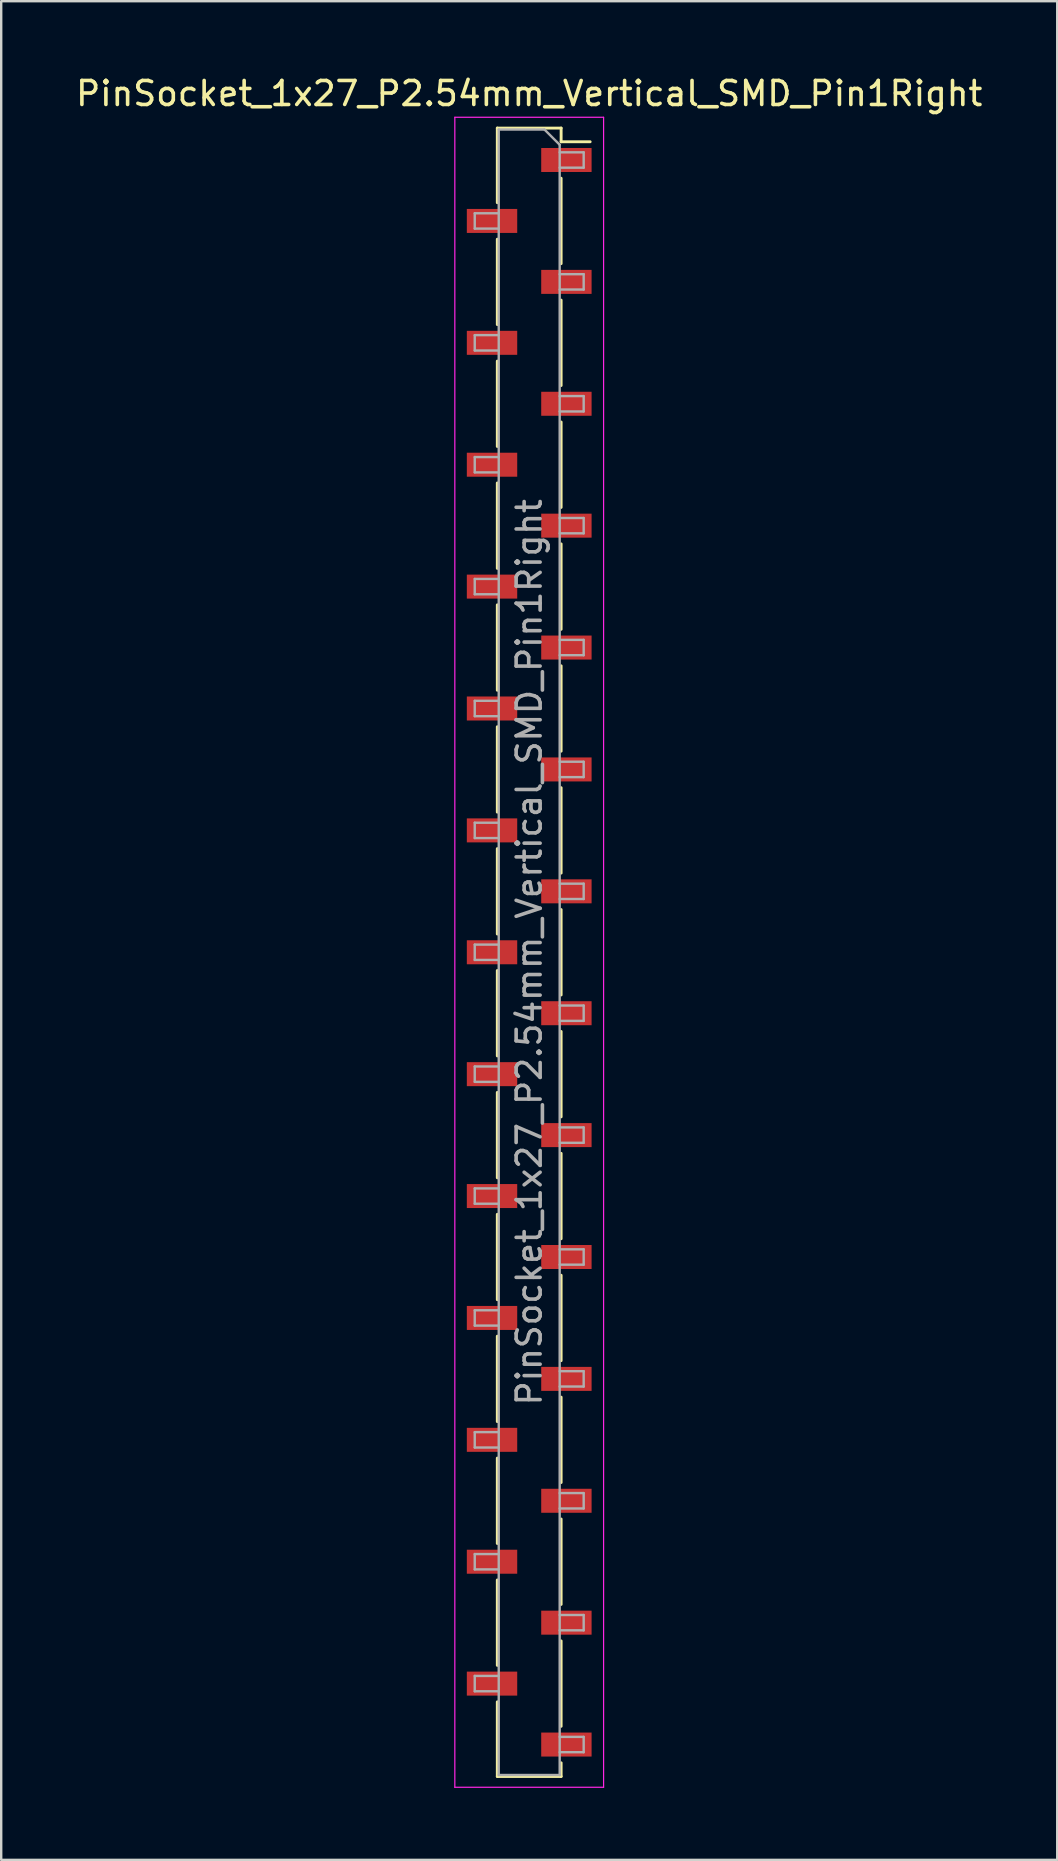
<source format=kicad_pcb>
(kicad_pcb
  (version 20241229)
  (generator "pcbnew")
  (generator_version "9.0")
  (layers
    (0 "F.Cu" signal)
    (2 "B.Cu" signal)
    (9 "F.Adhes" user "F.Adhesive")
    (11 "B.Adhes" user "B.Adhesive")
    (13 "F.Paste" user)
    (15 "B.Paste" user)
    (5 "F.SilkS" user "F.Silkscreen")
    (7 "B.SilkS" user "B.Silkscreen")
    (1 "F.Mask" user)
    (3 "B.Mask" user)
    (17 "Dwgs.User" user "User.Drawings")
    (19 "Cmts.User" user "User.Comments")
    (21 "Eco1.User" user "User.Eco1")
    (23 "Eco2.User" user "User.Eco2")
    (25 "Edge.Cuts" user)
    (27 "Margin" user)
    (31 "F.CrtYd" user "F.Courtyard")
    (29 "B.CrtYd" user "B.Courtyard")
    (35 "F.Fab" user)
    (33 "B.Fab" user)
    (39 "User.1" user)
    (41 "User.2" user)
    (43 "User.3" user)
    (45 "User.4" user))
  (footprint "PinSocket_1x27_P2.54mm_Vertical_SMD_Pin1Right"
    (layer "F.Cu")
    (at 19.006 36.638)
    (property "Reference" "PinSocket_1x27_P2.54mm_Vertical_SMD_Pin1Right" (at 0 -35.79 0) (layer "F.SilkS") (effects (font (size 1 1) (thickness 0.15))))
    (attr smd)
    (fp_line (start -1.33 -34.35) (end -1.33 -31.24) (stroke (width 0.12) (type solid)) (layer "F.SilkS"))
    (fp_line (start -1.33 -34.35) (end 1.33 -34.35) (stroke (width 0.12) (type solid)) (layer "F.SilkS"))
    (fp_line (start -1.33 -29.72) (end -1.33 -26.16) (stroke (width 0.12) (type solid)) (layer "F.SilkS"))
    (fp_line (start -1.33 -24.64) (end -1.33 -21.08) (stroke (width 0.12) (type solid)) (layer "F.SilkS"))
    (fp_line (start -1.33 -19.56) (end -1.33 -16) (stroke (width 0.12) (type solid)) (layer "F.SilkS"))
    (fp_line (start -1.33 -14.48) (end -1.33 -10.92) (stroke (width 0.12) (type solid)) (layer "F.SilkS"))
    (fp_line (start -1.33 -9.4) (end -1.33 -5.84) (stroke (width 0.12) (type solid)) (layer "F.SilkS"))
    (fp_line (start -1.33 -4.32) (end -1.33 -0.76) (stroke (width 0.12) (type solid)) (layer "F.SilkS"))
    (fp_line (start -1.33 0.76) (end -1.33 4.32) (stroke (width 0.12) (type solid)) (layer "F.SilkS"))
    (fp_line (start -1.33 5.84) (end -1.33 9.4) (stroke (width 0.12) (type solid)) (layer "F.SilkS"))
    (fp_line (start -1.33 10.92) (end -1.33 14.48) (stroke (width 0.12) (type solid)) (layer "F.SilkS"))
    (fp_line (start -1.33 16) (end -1.33 19.56) (stroke (width 0.12) (type solid)) (layer "F.SilkS"))
    (fp_line (start -1.33 21.08) (end -1.33 24.64) (stroke (width 0.12) (type solid)) (layer "F.SilkS"))
    (fp_line (start -1.33 26.16) (end -1.33 29.72) (stroke (width 0.12) (type solid)) (layer "F.SilkS"))
    (fp_line (start -1.33 31.24) (end -1.33 34.35) (stroke (width 0.12) (type solid)) (layer "F.SilkS"))
    (fp_line (start -1.33 34.35) (end 1.33 34.35) (stroke (width 0.12) (type solid)) (layer "F.SilkS"))
    (fp_line (start 1.33 -34.35) (end 1.33 -33.78) (stroke (width 0.12) (type solid)) (layer "F.SilkS"))
    (fp_line (start 1.33 -33.78) (end 2.54 -33.78) (stroke (width 0.12) (type solid)) (layer "F.SilkS"))
    (fp_line (start 1.33 -32.26) (end 1.33 -28.7) (stroke (width 0.12) (type solid)) (layer "F.SilkS"))
    (fp_line (start 1.33 -27.18) (end 1.33 -23.62) (stroke (width 0.12) (type solid)) (layer "F.SilkS"))
    (fp_line (start 1.33 -22.1) (end 1.33 -18.54) (stroke (width 0.12) (type solid)) (layer "F.SilkS"))
    (fp_line (start 1.33 -17.02) (end 1.33 -13.46) (stroke (width 0.12) (type solid)) (layer "F.SilkS"))
    (fp_line (start 1.33 -11.94) (end 1.33 -8.38) (stroke (width 0.12) (type solid)) (layer "F.SilkS"))
    (fp_line (start 1.33 -6.86) (end 1.33 -3.3) (stroke (width 0.12) (type solid)) (layer "F.SilkS"))
    (fp_line (start 1.33 -1.78) (end 1.33 1.78) (stroke (width 0.12) (type solid)) (layer "F.SilkS"))
    (fp_line (start 1.33 3.3) (end 1.33 6.86) (stroke (width 0.12) (type solid)) (layer "F.SilkS"))
    (fp_line (start 1.33 8.38) (end 1.33 11.94) (stroke (width 0.12) (type solid)) (layer "F.SilkS"))
    (fp_line (start 1.33 13.46) (end 1.33 17.02) (stroke (width 0.12) (type solid)) (layer "F.SilkS"))
    (fp_line (start 1.33 18.54) (end 1.33 22.1) (stroke (width 0.12) (type solid)) (layer "F.SilkS"))
    (fp_line (start 1.33 23.62) (end 1.33 27.18) (stroke (width 0.12) (type solid)) (layer "F.SilkS"))
    (fp_line (start 1.33 28.7) (end 1.33 32.26) (stroke (width 0.12) (type solid)) (layer "F.SilkS"))
    (fp_line (start 1.33 33.78) (end 1.33 34.35) (stroke (width 0.12) (type solid)) (layer "F.SilkS"))
    (fp_line (start -3.1 -34.8) (end 3.1 -34.8) (stroke (width 0.05) (type solid)) (layer "F.CrtYd"))
    (fp_line (start -3.1 34.8) (end -3.1 -34.8) (stroke (width 0.05) (type solid)) (layer "F.CrtYd"))
    (fp_line (start 3.1 -34.8) (end 3.1 34.8) (stroke (width 0.05) (type solid)) (layer "F.CrtYd"))
    (fp_line (start 3.1 34.8) (end -3.1 34.8) (stroke (width 0.05) (type solid)) (layer "F.CrtYd"))
    (fp_line (start -2.27 -30.8) (end -1.27 -30.8) (stroke (width 0.1) (type solid)) (layer "F.Fab"))
    (fp_line (start -2.27 -30.16) (end -2.27 -30.8) (stroke (width 0.1) (type solid)) (layer "F.Fab"))
    (fp_line (start -2.27 -25.72) (end -1.27 -25.72) (stroke (width 0.1) (type solid)) (layer "F.Fab"))
    (fp_line (start -2.27 -25.08) (end -2.27 -25.72) (stroke (width 0.1) (type solid)) (layer "F.Fab"))
    (fp_line (start -2.27 -20.64) (end -1.27 -20.64) (stroke (width 0.1) (type solid)) (layer "F.Fab"))
    (fp_line (start -2.27 -20) (end -2.27 -20.64) (stroke (width 0.1) (type solid)) (layer "F.Fab"))
    (fp_line (start -2.27 -15.56) (end -1.27 -15.56) (stroke (width 0.1) (type solid)) (layer "F.Fab"))
    (fp_line (start -2.27 -14.92) (end -2.27 -15.56) (stroke (width 0.1) (type solid)) (layer "F.Fab"))
    (fp_line (start -2.27 -10.48) (end -1.27 -10.48) (stroke (width 0.1) (type solid)) (layer "F.Fab"))
    (fp_line (start -2.27 -9.84) (end -2.27 -10.48) (stroke (width 0.1) (type solid)) (layer "F.Fab"))
    (fp_line (start -2.27 -5.4) (end -1.27 -5.4) (stroke (width 0.1) (type solid)) (layer "F.Fab"))
    (fp_line (start -2.27 -4.76) (end -2.27 -5.4) (stroke (width 0.1) (type solid)) (layer "F.Fab"))
    (fp_line (start -2.27 -0.32) (end -1.27 -0.32) (stroke (width 0.1) (type solid)) (layer "F.Fab"))
    (fp_line (start -2.27 0.32) (end -2.27 -0.32) (stroke (width 0.1) (type solid)) (layer "F.Fab"))
    (fp_line (start -2.27 4.76) (end -1.27 4.76) (stroke (width 0.1) (type solid)) (layer "F.Fab"))
    (fp_line (start -2.27 5.4) (end -2.27 4.76) (stroke (width 0.1) (type solid)) (layer "F.Fab"))
    (fp_line (start -2.27 9.84) (end -1.27 9.84) (stroke (width 0.1) (type solid)) (layer "F.Fab"))
    (fp_line (start -2.27 10.48) (end -2.27 9.84) (stroke (width 0.1) (type solid)) (layer "F.Fab"))
    (fp_line (start -2.27 14.92) (end -1.27 14.92) (stroke (width 0.1) (type solid)) (layer "F.Fab"))
    (fp_line (start -2.27 15.56) (end -2.27 14.92) (stroke (width 0.1) (type solid)) (layer "F.Fab"))
    (fp_line (start -2.27 20) (end -1.27 20) (stroke (width 0.1) (type solid)) (layer "F.Fab"))
    (fp_line (start -2.27 20.64) (end -2.27 20) (stroke (width 0.1) (type solid)) (layer "F.Fab"))
    (fp_line (start -2.27 25.08) (end -1.27 25.08) (stroke (width 0.1) (type solid)) (layer "F.Fab"))
    (fp_line (start -2.27 25.72) (end -2.27 25.08) (stroke (width 0.1) (type solid)) (layer "F.Fab"))
    (fp_line (start -2.27 30.16) (end -1.27 30.16) (stroke (width 0.1) (type solid)) (layer "F.Fab"))
    (fp_line (start -2.27 30.8) (end -2.27 30.16) (stroke (width 0.1) (type solid)) (layer "F.Fab"))
    (fp_line (start -1.27 -34.29) (end 0.635 -34.29) (stroke (width 0.1) (type solid)) (layer "F.Fab"))
    (fp_line (start -1.27 -30.16) (end -2.27 -30.16) (stroke (width 0.1) (type solid)) (layer "F.Fab"))
    (fp_line (start -1.27 -25.08) (end -2.27 -25.08) (stroke (width 0.1) (type solid)) (layer "F.Fab"))
    (fp_line (start -1.27 -20) (end -2.27 -20) (stroke (width 0.1) (type solid)) (layer "F.Fab"))
    (fp_line (start -1.27 -14.92) (end -2.27 -14.92) (stroke (width 0.1) (type solid)) (layer "F.Fab"))
    (fp_line (start -1.27 -9.84) (end -2.27 -9.84) (stroke (width 0.1) (type solid)) (layer "F.Fab"))
    (fp_line (start -1.27 -4.76) (end -2.27 -4.76) (stroke (width 0.1) (type solid)) (layer "F.Fab"))
    (fp_line (start -1.27 0.32) (end -2.27 0.32) (stroke (width 0.1) (type solid)) (layer "F.Fab"))
    (fp_line (start -1.27 5.4) (end -2.27 5.4) (stroke (width 0.1) (type solid)) (layer "F.Fab"))
    (fp_line (start -1.27 10.48) (end -2.27 10.48) (stroke (width 0.1) (type solid)) (layer "F.Fab"))
    (fp_line (start -1.27 15.56) (end -2.27 15.56) (stroke (width 0.1) (type solid)) (layer "F.Fab"))
    (fp_line (start -1.27 20.64) (end -2.27 20.64) (stroke (width 0.1) (type solid)) (layer "F.Fab"))
    (fp_line (start -1.27 25.72) (end -2.27 25.72) (stroke (width 0.1) (type solid)) (layer "F.Fab"))
    (fp_line (start -1.27 30.8) (end -2.27 30.8) (stroke (width 0.1) (type solid)) (layer "F.Fab"))
    (fp_line (start -1.27 34.29) (end -1.27 -34.29) (stroke (width 0.1) (type solid)) (layer "F.Fab"))
    (fp_line (start 0.635 -34.29) (end 1.27 -33.655) (stroke (width 0.1) (type solid)) (layer "F.Fab"))
    (fp_line (start 1.27 -33.655) (end 1.27 34.29) (stroke (width 0.1) (type solid)) (layer "F.Fab"))
    (fp_line (start 1.27 -33.34) (end 2.27 -33.34) (stroke (width 0.1) (type solid)) (layer "F.Fab"))
    (fp_line (start 1.27 -28.26) (end 2.27 -28.26) (stroke (width 0.1) (type solid)) (layer "F.Fab"))
    (fp_line (start 1.27 -23.18) (end 2.27 -23.18) (stroke (width 0.1) (type solid)) (layer "F.Fab"))
    (fp_line (start 1.27 -18.1) (end 2.27 -18.1) (stroke (width 0.1) (type solid)) (layer "F.Fab"))
    (fp_line (start 1.27 -13.02) (end 2.27 -13.02) (stroke (width 0.1) (type solid)) (layer "F.Fab"))
    (fp_line (start 1.27 -7.94) (end 2.27 -7.94) (stroke (width 0.1) (type solid)) (layer "F.Fab"))
    (fp_line (start 1.27 -2.86) (end 2.27 -2.86) (stroke (width 0.1) (type solid)) (layer "F.Fab"))
    (fp_line (start 1.27 2.22) (end 2.27 2.22) (stroke (width 0.1) (type solid)) (layer "F.Fab"))
    (fp_line (start 1.27 7.3) (end 2.27 7.3) (stroke (width 0.1) (type solid)) (layer "F.Fab"))
    (fp_line (start 1.27 12.38) (end 2.27 12.38) (stroke (width 0.1) (type solid)) (layer "F.Fab"))
    (fp_line (start 1.27 17.46) (end 2.27 17.46) (stroke (width 0.1) (type solid)) (layer "F.Fab"))
    (fp_line (start 1.27 22.54) (end 2.27 22.54) (stroke (width 0.1) (type solid)) (layer "F.Fab"))
    (fp_line (start 1.27 27.62) (end 2.27 27.62) (stroke (width 0.1) (type solid)) (layer "F.Fab"))
    (fp_line (start 1.27 32.7) (end 2.27 32.7) (stroke (width 0.1) (type solid)) (layer "F.Fab"))
    (fp_line (start 1.27 34.29) (end -1.27 34.29) (stroke (width 0.1) (type solid)) (layer "F.Fab"))
    (fp_line (start 2.27 -33.34) (end 2.27 -32.7) (stroke (width 0.1) (type solid)) (layer "F.Fab"))
    (fp_line (start 2.27 -32.7) (end 1.27 -32.7) (stroke (width 0.1) (type solid)) (layer "F.Fab"))
    (fp_line (start 2.27 -28.26) (end 2.27 -27.62) (stroke (width 0.1) (type solid)) (layer "F.Fab"))
    (fp_line (start 2.27 -27.62) (end 1.27 -27.62) (stroke (width 0.1) (type solid)) (layer "F.Fab"))
    (fp_line (start 2.27 -23.18) (end 2.27 -22.54) (stroke (width 0.1) (type solid)) (layer "F.Fab"))
    (fp_line (start 2.27 -22.54) (end 1.27 -22.54) (stroke (width 0.1) (type solid)) (layer "F.Fab"))
    (fp_line (start 2.27 -18.1) (end 2.27 -17.46) (stroke (width 0.1) (type solid)) (layer "F.Fab"))
    (fp_line (start 2.27 -17.46) (end 1.27 -17.46) (stroke (width 0.1) (type solid)) (layer "F.Fab"))
    (fp_line (start 2.27 -13.02) (end 2.27 -12.38) (stroke (width 0.1) (type solid)) (layer "F.Fab"))
    (fp_line (start 2.27 -12.38) (end 1.27 -12.38) (stroke (width 0.1) (type solid)) (layer "F.Fab"))
    (fp_line (start 2.27 -7.94) (end 2.27 -7.3) (stroke (width 0.1) (type solid)) (layer "F.Fab"))
    (fp_line (start 2.27 -7.3) (end 1.27 -7.3) (stroke (width 0.1) (type solid)) (layer "F.Fab"))
    (fp_line (start 2.27 -2.86) (end 2.27 -2.22) (stroke (width 0.1) (type solid)) (layer "F.Fab"))
    (fp_line (start 2.27 -2.22) (end 1.27 -2.22) (stroke (width 0.1) (type solid)) (layer "F.Fab"))
    (fp_line (start 2.27 2.22) (end 2.27 2.86) (stroke (width 0.1) (type solid)) (layer "F.Fab"))
    (fp_line (start 2.27 2.86) (end 1.27 2.86) (stroke (width 0.1) (type solid)) (layer "F.Fab"))
    (fp_line (start 2.27 7.3) (end 2.27 7.94) (stroke (width 0.1) (type solid)) (layer "F.Fab"))
    (fp_line (start 2.27 7.94) (end 1.27 7.94) (stroke (width 0.1) (type solid)) (layer "F.Fab"))
    (fp_line (start 2.27 12.38) (end 2.27 13.02) (stroke (width 0.1) (type solid)) (layer "F.Fab"))
    (fp_line (start 2.27 13.02) (end 1.27 13.02) (stroke (width 0.1) (type solid)) (layer "F.Fab"))
    (fp_line (start 2.27 17.46) (end 2.27 18.1) (stroke (width 0.1) (type solid)) (layer "F.Fab"))
    (fp_line (start 2.27 18.1) (end 1.27 18.1) (stroke (width 0.1) (type solid)) (layer "F.Fab"))
    (fp_line (start 2.27 22.54) (end 2.27 23.18) (stroke (width 0.1) (type solid)) (layer "F.Fab"))
    (fp_line (start 2.27 23.18) (end 1.27 23.18) (stroke (width 0.1) (type solid)) (layer "F.Fab"))
    (fp_line (start 2.27 27.62) (end 2.27 28.26) (stroke (width 0.1) (type solid)) (layer "F.Fab"))
    (fp_line (start 2.27 28.26) (end 1.27 28.26) (stroke (width 0.1) (type solid)) (layer "F.Fab"))
    (fp_line (start 2.27 32.7) (end 2.27 33.34) (stroke (width 0.1) (type solid)) (layer "F.Fab"))
    (fp_line (start 2.27 33.34) (end 1.27 33.34) (stroke (width 0.1) (type solid)) (layer "F.Fab"))
    (fp_text user "${REFERENCE}" (at 0 0 90) (layer "F.Fab") (effects (font (size 1 1) (thickness 0.15))))
    (pad "1" smd rect (at 1.55 -33.02) (size 2.1 1) (layers "F.Cu" "F.Mask" "F.Paste"))
    (pad "2" smd rect (at -1.55 -30.48) (size 2.1 1) (layers "F.Cu" "F.Mask" "F.Paste"))
    (pad "3" smd rect (at 1.55 -27.94) (size 2.1 1) (layers "F.Cu" "F.Mask" "F.Paste"))
    (pad "4" smd rect (at -1.55 -25.4) (size 2.1 1) (layers "F.Cu" "F.Mask" "F.Paste"))
    (pad "5" smd rect (at 1.55 -22.86) (size 2.1 1) (layers "F.Cu" "F.Mask" "F.Paste"))
    (pad "6" smd rect (at -1.55 -20.32) (size 2.1 1) (layers "F.Cu" "F.Mask" "F.Paste"))
    (pad "7" smd rect (at 1.55 -17.78) (size 2.1 1) (layers "F.Cu" "F.Mask" "F.Paste"))
    (pad "8" smd rect (at -1.55 -15.24) (size 2.1 1) (layers "F.Cu" "F.Mask" "F.Paste"))
    (pad "9" smd rect (at 1.55 -12.7) (size 2.1 1) (layers "F.Cu" "F.Mask" "F.Paste"))
    (pad "10" smd rect (at -1.55 -10.16) (size 2.1 1) (layers "F.Cu" "F.Mask" "F.Paste"))
    (pad "11" smd rect (at 1.55 -7.62) (size 2.1 1) (layers "F.Cu" "F.Mask" "F.Paste"))
    (pad "12" smd rect (at -1.55 -5.08) (size 2.1 1) (layers "F.Cu" "F.Mask" "F.Paste"))
    (pad "13" smd rect (at 1.55 -2.54) (size 2.1 1) (layers "F.Cu" "F.Mask" "F.Paste"))
    (pad "14" smd rect (at -1.55 0) (size 2.1 1) (layers "F.Cu" "F.Mask" "F.Paste"))
    (pad "15" smd rect (at 1.55 2.54) (size 2.1 1) (layers "F.Cu" "F.Mask" "F.Paste"))
    (pad "16" smd rect (at -1.55 5.08) (size 2.1 1) (layers "F.Cu" "F.Mask" "F.Paste"))
    (pad "17" smd rect (at 1.55 7.62) (size 2.1 1) (layers "F.Cu" "F.Mask" "F.Paste"))
    (pad "18" smd rect (at -1.55 10.16) (size 2.1 1) (layers "F.Cu" "F.Mask" "F.Paste"))
    (pad "19" smd rect (at 1.55 12.7) (size 2.1 1) (layers "F.Cu" "F.Mask" "F.Paste"))
    (pad "20" smd rect (at -1.55 15.24) (size 2.1 1) (layers "F.Cu" "F.Mask" "F.Paste"))
    (pad "21" smd rect (at 1.55 17.78) (size 2.1 1) (layers "F.Cu" "F.Mask" "F.Paste"))
    (pad "22" smd rect (at -1.55 20.32) (size 2.1 1) (layers "F.Cu" "F.Mask" "F.Paste"))
    (pad "23" smd rect (at 1.55 22.86) (size 2.1 1) (layers "F.Cu" "F.Mask" "F.Paste"))
    (pad "24" smd rect (at -1.55 25.4) (size 2.1 1) (layers "F.Cu" "F.Mask" "F.Paste"))
    (pad "25" smd rect (at 1.55 27.94) (size 2.1 1) (layers "F.Cu" "F.Mask" "F.Paste"))
    (pad "26" smd rect (at -1.55 30.48) (size 2.1 1) (layers "F.Cu" "F.Mask" "F.Paste"))
    (pad "27" smd rect (at 1.55 33.02) (size 2.1 1) (layers "F.Cu" "F.Mask" "F.Paste")))
  (gr_rect
    (start -3 -3)
    (end 41.012 74.463)
    (stroke (width 0.1) (type default))
    (fill no)
    (layer "Edge.Cuts")))
</source>
